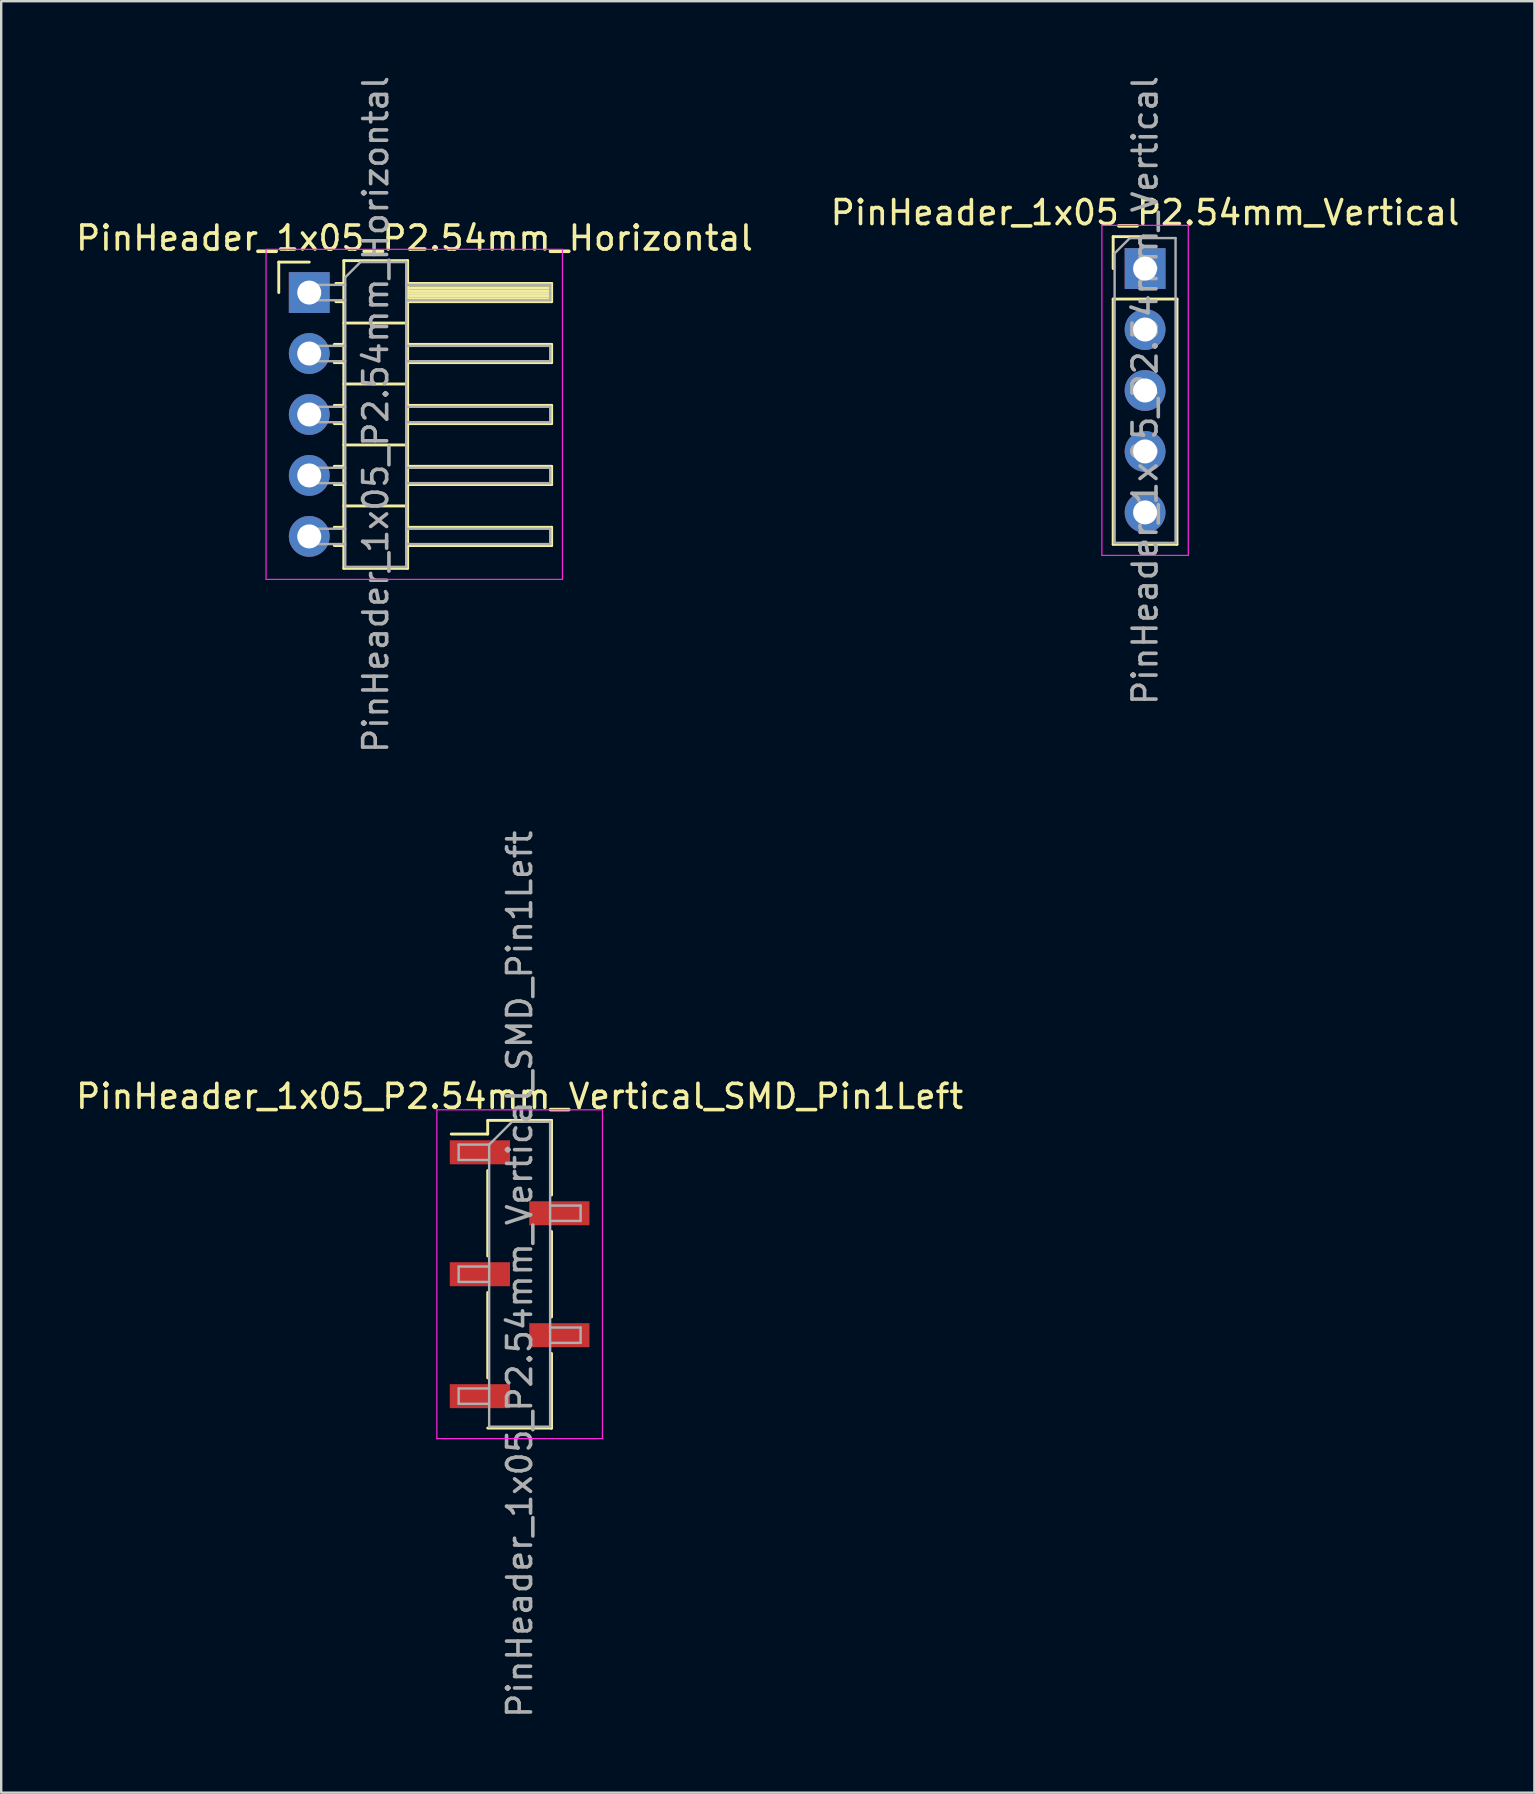
<source format=kicad_pcb>
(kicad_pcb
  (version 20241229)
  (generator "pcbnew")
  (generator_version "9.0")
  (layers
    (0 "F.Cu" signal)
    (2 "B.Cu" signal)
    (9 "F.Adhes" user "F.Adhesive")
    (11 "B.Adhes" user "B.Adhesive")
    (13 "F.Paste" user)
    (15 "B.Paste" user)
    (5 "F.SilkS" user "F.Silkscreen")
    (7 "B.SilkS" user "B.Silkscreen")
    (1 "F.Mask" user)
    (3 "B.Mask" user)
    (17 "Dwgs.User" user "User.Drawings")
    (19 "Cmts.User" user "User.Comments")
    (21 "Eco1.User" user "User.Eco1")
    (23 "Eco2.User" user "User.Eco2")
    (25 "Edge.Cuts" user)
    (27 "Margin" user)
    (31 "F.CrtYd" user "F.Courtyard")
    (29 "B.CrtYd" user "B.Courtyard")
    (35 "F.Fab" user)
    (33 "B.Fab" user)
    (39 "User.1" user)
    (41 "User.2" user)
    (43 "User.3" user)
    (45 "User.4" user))
  (footprint "PinHeader_1x05_P2.54mm_Vertical"
    (layer "F.Cu")
    (at 44.661 8.14)
    (property "Reference" "PinHeader_1x05_P2.54mm_Vertical" (at 0 -2.33 0) (layer "F.SilkS") (effects (font (size 1 1) (thickness 0.15))))
    (attr through_hole)
    (fp_line (start -1.33 -1.33) (end 0 -1.33) (stroke (width 0.12) (type solid)) (layer "F.SilkS"))
    (fp_line (start -1.33 0) (end -1.33 -1.33) (stroke (width 0.12) (type solid)) (layer "F.SilkS"))
    (fp_line (start -1.33 1.27) (end -1.33 11.49) (stroke (width 0.12) (type solid)) (layer "F.SilkS"))
    (fp_line (start -1.33 1.27) (end 1.33 1.27) (stroke (width 0.12) (type solid)) (layer "F.SilkS"))
    (fp_line (start -1.33 11.49) (end 1.33 11.49) (stroke (width 0.12) (type solid)) (layer "F.SilkS"))
    (fp_line (start 1.33 1.27) (end 1.33 11.49) (stroke (width 0.12) (type solid)) (layer "F.SilkS"))
    (fp_line (start -1.8 -1.8) (end -1.8 11.95) (stroke (width 0.05) (type solid)) (layer "F.CrtYd"))
    (fp_line (start -1.8 11.95) (end 1.8 11.95) (stroke (width 0.05) (type solid)) (layer "F.CrtYd"))
    (fp_line (start 1.8 -1.8) (end -1.8 -1.8) (stroke (width 0.05) (type solid)) (layer "F.CrtYd"))
    (fp_line (start 1.8 11.95) (end 1.8 -1.8) (stroke (width 0.05) (type solid)) (layer "F.CrtYd"))
    (fp_line (start -1.27 -0.635) (end -0.635 -1.27) (stroke (width 0.1) (type solid)) (layer "F.Fab"))
    (fp_line (start -1.27 11.43) (end -1.27 -0.635) (stroke (width 0.1) (type solid)) (layer "F.Fab"))
    (fp_line (start -0.635 -1.27) (end 1.27 -1.27) (stroke (width 0.1) (type solid)) (layer "F.Fab"))
    (fp_line (start 1.27 -1.27) (end 1.27 11.43) (stroke (width 0.1) (type solid)) (layer "F.Fab"))
    (fp_line (start 1.27 11.43) (end -1.27 11.43) (stroke (width 0.1) (type solid)) (layer "F.Fab"))
    (fp_text user "${REFERENCE}" (at 0 5.08 90) (layer "F.Fab") (effects (font (size 1 1) (thickness 0.15))))
    (pad "1" thru_hole rect (at 0 0) (size 1.7 1.7) (drill 1) (layers "*.Cu" "*.Mask"))
    (pad "2" thru_hole oval (at 0 2.54) (size 1.7 1.7) (drill 1) (layers "*.Cu" "*.Mask"))
    (pad "3" thru_hole oval (at 0 5.08) (size 1.7 1.7) (drill 1) (layers "*.Cu" "*.Mask"))
    (pad "4" thru_hole oval (at 0 7.62) (size 1.7 1.7) (drill 1) (layers "*.Cu" "*.Mask"))
    (pad "5" thru_hole oval (at 0 10.16) (size 1.7 1.7) (drill 1) (layers "*.Cu" "*.Mask")))
  (footprint "PinHeader_1x05_P2.54mm_Horizontal"
    (layer "F.Cu")
    (at 9.835 9.14)
    (property "Reference" "PinHeader_1x05_P2.54mm_Horizontal" (at 4.385 -2.27 0) (layer "F.SilkS") (effects (font (size 1 1) (thickness 0.15))))
    (attr through_hole)
    (fp_line (start -1.27 -1.27) (end 0 -1.27) (stroke (width 0.12) (type solid)) (layer "F.SilkS"))
    (fp_line (start -1.27 0) (end -1.27 -1.27) (stroke (width 0.12) (type solid)) (layer "F.SilkS"))
    (fp_line (start 1.043 2.16) (end 1.44 2.16) (stroke (width 0.12) (type solid)) (layer "F.SilkS"))
    (fp_line (start 1.043 2.92) (end 1.44 2.92) (stroke (width 0.12) (type solid)) (layer "F.SilkS"))
    (fp_line (start 1.043 4.7) (end 1.44 4.7) (stroke (width 0.12) (type solid)) (layer "F.SilkS"))
    (fp_line (start 1.043 5.46) (end 1.44 5.46) (stroke (width 0.12) (type solid)) (layer "F.SilkS"))
    (fp_line (start 1.043 7.24) (end 1.44 7.24) (stroke (width 0.12) (type solid)) (layer "F.SilkS"))
    (fp_line (start 1.043 8) (end 1.44 8) (stroke (width 0.12) (type solid)) (layer "F.SilkS"))
    (fp_line (start 1.043 9.78) (end 1.44 9.78) (stroke (width 0.12) (type solid)) (layer "F.SilkS"))
    (fp_line (start 1.043 10.54) (end 1.44 10.54) (stroke (width 0.12) (type solid)) (layer "F.SilkS"))
    (fp_line (start 1.11 -0.38) (end 1.44 -0.38) (stroke (width 0.12) (type solid)) (layer "F.SilkS"))
    (fp_line (start 1.11 0.38) (end 1.44 0.38) (stroke (width 0.12) (type solid)) (layer "F.SilkS"))
    (fp_line (start 1.44 -1.33) (end 1.44 11.49) (stroke (width 0.12) (type solid)) (layer "F.SilkS"))
    (fp_line (start 1.44 1.27) (end 4.1 1.27) (stroke (width 0.12) (type solid)) (layer "F.SilkS"))
    (fp_line (start 1.44 3.81) (end 4.1 3.81) (stroke (width 0.12) (type solid)) (layer "F.SilkS"))
    (fp_line (start 1.44 6.35) (end 4.1 6.35) (stroke (width 0.12) (type solid)) (layer "F.SilkS"))
    (fp_line (start 1.44 8.89) (end 4.1 8.89) (stroke (width 0.12) (type solid)) (layer "F.SilkS"))
    (fp_line (start 1.44 11.49) (end 4.1 11.49) (stroke (width 0.12) (type solid)) (layer "F.SilkS"))
    (fp_line (start 4.1 -1.33) (end 1.44 -1.33) (stroke (width 0.12) (type solid)) (layer "F.SilkS"))
    (fp_line (start 4.1 -0.38) (end 10.1 -0.38) (stroke (width 0.12) (type solid)) (layer "F.SilkS"))
    (fp_line (start 4.1 -0.32) (end 10.1 -0.32) (stroke (width 0.12) (type solid)) (layer "F.SilkS"))
    (fp_line (start 4.1 -0.2) (end 10.1 -0.2) (stroke (width 0.12) (type solid)) (layer "F.SilkS"))
    (fp_line (start 4.1 -0.08) (end 10.1 -0.08) (stroke (width 0.12) (type solid)) (layer "F.SilkS"))
    (fp_line (start 4.1 0.04) (end 10.1 0.04) (stroke (width 0.12) (type solid)) (layer "F.SilkS"))
    (fp_line (start 4.1 0.16) (end 10.1 0.16) (stroke (width 0.12) (type solid)) (layer "F.SilkS"))
    (fp_line (start 4.1 0.28) (end 10.1 0.28) (stroke (width 0.12) (type solid)) (layer "F.SilkS"))
    (fp_line (start 4.1 2.16) (end 10.1 2.16) (stroke (width 0.12) (type solid)) (layer "F.SilkS"))
    (fp_line (start 4.1 4.7) (end 10.1 4.7) (stroke (width 0.12) (type solid)) (layer "F.SilkS"))
    (fp_line (start 4.1 7.24) (end 10.1 7.24) (stroke (width 0.12) (type solid)) (layer "F.SilkS"))
    (fp_line (start 4.1 9.78) (end 10.1 9.78) (stroke (width 0.12) (type solid)) (layer "F.SilkS"))
    (fp_line (start 4.1 11.49) (end 4.1 -1.33) (stroke (width 0.12) (type solid)) (layer "F.SilkS"))
    (fp_line (start 10.1 -0.38) (end 10.1 0.38) (stroke (width 0.12) (type solid)) (layer "F.SilkS"))
    (fp_line (start 10.1 0.38) (end 4.1 0.38) (stroke (width 0.12) (type solid)) (layer "F.SilkS"))
    (fp_line (start 10.1 2.16) (end 10.1 2.92) (stroke (width 0.12) (type solid)) (layer "F.SilkS"))
    (fp_line (start 10.1 2.92) (end 4.1 2.92) (stroke (width 0.12) (type solid)) (layer "F.SilkS"))
    (fp_line (start 10.1 4.7) (end 10.1 5.46) (stroke (width 0.12) (type solid)) (layer "F.SilkS"))
    (fp_line (start 10.1 5.46) (end 4.1 5.46) (stroke (width 0.12) (type solid)) (layer "F.SilkS"))
    (fp_line (start 10.1 7.24) (end 10.1 8) (stroke (width 0.12) (type solid)) (layer "F.SilkS"))
    (fp_line (start 10.1 8) (end 4.1 8) (stroke (width 0.12) (type solid)) (layer "F.SilkS"))
    (fp_line (start 10.1 9.78) (end 10.1 10.54) (stroke (width 0.12) (type solid)) (layer "F.SilkS"))
    (fp_line (start 10.1 10.54) (end 4.1 10.54) (stroke (width 0.12) (type solid)) (layer "F.SilkS"))
    (fp_line (start -1.8 -1.8) (end -1.8 11.95) (stroke (width 0.05) (type solid)) (layer "F.CrtYd"))
    (fp_line (start -1.8 11.95) (end 10.55 11.95) (stroke (width 0.05) (type solid)) (layer "F.CrtYd"))
    (fp_line (start 10.55 -1.8) (end -1.8 -1.8) (stroke (width 0.05) (type solid)) (layer "F.CrtYd"))
    (fp_line (start 10.55 11.95) (end 10.55 -1.8) (stroke (width 0.05) (type solid)) (layer "F.CrtYd"))
    (fp_line (start -0.32 -0.32) (end -0.32 0.32) (stroke (width 0.1) (type solid)) (layer "F.Fab"))
    (fp_line (start -0.32 -0.32) (end 1.5 -0.32) (stroke (width 0.1) (type solid)) (layer "F.Fab"))
    (fp_line (start -0.32 0.32) (end 1.5 0.32) (stroke (width 0.1) (type solid)) (layer "F.Fab"))
    (fp_line (start -0.32 2.22) (end -0.32 2.86) (stroke (width 0.1) (type solid)) (layer "F.Fab"))
    (fp_line (start -0.32 2.22) (end 1.5 2.22) (stroke (width 0.1) (type solid)) (layer "F.Fab"))
    (fp_line (start -0.32 2.86) (end 1.5 2.86) (stroke (width 0.1) (type solid)) (layer "F.Fab"))
    (fp_line (start -0.32 4.76) (end -0.32 5.4) (stroke (width 0.1) (type solid)) (layer "F.Fab"))
    (fp_line (start -0.32 4.76) (end 1.5 4.76) (stroke (width 0.1) (type solid)) (layer "F.Fab"))
    (fp_line (start -0.32 5.4) (end 1.5 5.4) (stroke (width 0.1) (type solid)) (layer "F.Fab"))
    (fp_line (start -0.32 7.3) (end -0.32 7.94) (stroke (width 0.1) (type solid)) (layer "F.Fab"))
    (fp_line (start -0.32 7.3) (end 1.5 7.3) (stroke (width 0.1) (type solid)) (layer "F.Fab"))
    (fp_line (start -0.32 7.94) (end 1.5 7.94) (stroke (width 0.1) (type solid)) (layer "F.Fab"))
    (fp_line (start -0.32 9.84) (end -0.32 10.48) (stroke (width 0.1) (type solid)) (layer "F.Fab"))
    (fp_line (start -0.32 9.84) (end 1.5 9.84) (stroke (width 0.1) (type solid)) (layer "F.Fab"))
    (fp_line (start -0.32 10.48) (end 1.5 10.48) (stroke (width 0.1) (type solid)) (layer "F.Fab"))
    (fp_line (start 1.5 -0.635) (end 2.135 -1.27) (stroke (width 0.1) (type solid)) (layer "F.Fab"))
    (fp_line (start 1.5 11.43) (end 1.5 -0.635) (stroke (width 0.1) (type solid)) (layer "F.Fab"))
    (fp_line (start 2.135 -1.27) (end 4.04 -1.27) (stroke (width 0.1) (type solid)) (layer "F.Fab"))
    (fp_line (start 4.04 -1.27) (end 4.04 11.43) (stroke (width 0.1) (type solid)) (layer "F.Fab"))
    (fp_line (start 4.04 -0.32) (end 10.04 -0.32) (stroke (width 0.1) (type solid)) (layer "F.Fab"))
    (fp_line (start 4.04 0.32) (end 10.04 0.32) (stroke (width 0.1) (type solid)) (layer "F.Fab"))
    (fp_line (start 4.04 2.22) (end 10.04 2.22) (stroke (width 0.1) (type solid)) (layer "F.Fab"))
    (fp_line (start 4.04 2.86) (end 10.04 2.86) (stroke (width 0.1) (type solid)) (layer "F.Fab"))
    (fp_line (start 4.04 4.76) (end 10.04 4.76) (stroke (width 0.1) (type solid)) (layer "F.Fab"))
    (fp_line (start 4.04 5.4) (end 10.04 5.4) (stroke (width 0.1) (type solid)) (layer "F.Fab"))
    (fp_line (start 4.04 7.3) (end 10.04 7.3) (stroke (width 0.1) (type solid)) (layer "F.Fab"))
    (fp_line (start 4.04 7.94) (end 10.04 7.94) (stroke (width 0.1) (type solid)) (layer "F.Fab"))
    (fp_line (start 4.04 9.84) (end 10.04 9.84) (stroke (width 0.1) (type solid)) (layer "F.Fab"))
    (fp_line (start 4.04 10.48) (end 10.04 10.48) (stroke (width 0.1) (type solid)) (layer "F.Fab"))
    (fp_line (start 4.04 11.43) (end 1.5 11.43) (stroke (width 0.1) (type solid)) (layer "F.Fab"))
    (fp_line (start 10.04 -0.32) (end 10.04 0.32) (stroke (width 0.1) (type solid)) (layer "F.Fab"))
    (fp_line (start 10.04 2.22) (end 10.04 2.86) (stroke (width 0.1) (type solid)) (layer "F.Fab"))
    (fp_line (start 10.04 4.76) (end 10.04 5.4) (stroke (width 0.1) (type solid)) (layer "F.Fab"))
    (fp_line (start 10.04 7.3) (end 10.04 7.94) (stroke (width 0.1) (type solid)) (layer "F.Fab"))
    (fp_line (start 10.04 9.84) (end 10.04 10.48) (stroke (width 0.1) (type solid)) (layer "F.Fab"))
    (fp_text user "${REFERENCE}" (at 2.77 5.08 90) (layer "F.Fab") (effects (font (size 1 1) (thickness 0.15))))
    (pad "1" thru_hole rect (at 0 0) (size 1.7 1.7) (drill 1) (layers "*.Cu" "*.Mask"))
    (pad "2" thru_hole oval (at 0 2.54) (size 1.7 1.7) (drill 1) (layers "*.Cu" "*.Mask"))
    (pad "3" thru_hole oval (at 0 5.08) (size 1.7 1.7) (drill 1) (layers "*.Cu" "*.Mask"))
    (pad "4" thru_hole oval (at 0 7.62) (size 1.7 1.7) (drill 1) (layers "*.Cu" "*.Mask"))
    (pad "5" thru_hole oval (at 0 10.16) (size 1.7 1.7) (drill 1) (layers "*.Cu" "*.Mask")))
  (footprint "PinHeader_1x05_P2.54mm_Vertical_SMD_Pin1Left"
    (layer "F.Cu")
    (at 18.601 50.042)
    (property "Reference" "PinHeader_1x05_P2.54mm_Vertical_SMD_Pin1Left" (at 0 -7.41 0) (layer "F.SilkS") (effects (font (size 1 1) (thickness 0.15))))
    (attr smd)
    (fp_line (start -1.33 -6.41) (end -1.33 -5.84) (stroke (width 0.12) (type solid)) (layer "F.SilkS"))
    (fp_line (start -1.33 -6.41) (end 1.33 -6.41) (stroke (width 0.12) (type solid)) (layer "F.SilkS"))
    (fp_line (start -1.33 -5.84) (end -2.85 -5.84) (stroke (width 0.12) (type solid)) (layer "F.SilkS"))
    (fp_line (start -1.33 -4.32) (end -1.33 -0.76) (stroke (width 0.12) (type solid)) (layer "F.SilkS"))
    (fp_line (start -1.33 0.76) (end -1.33 4.32) (stroke (width 0.12) (type solid)) (layer "F.SilkS"))
    (fp_line (start -1.33 6.41) (end 1.33 6.41) (stroke (width 0.12) (type solid)) (layer "F.SilkS"))
    (fp_line (start 1.33 -6.41) (end 1.33 -3.3) (stroke (width 0.12) (type solid)) (layer "F.SilkS"))
    (fp_line (start 1.33 -1.78) (end 1.33 1.78) (stroke (width 0.12) (type solid)) (layer "F.SilkS"))
    (fp_line (start 1.33 3.3) (end 1.33 6.41) (stroke (width 0.12) (type solid)) (layer "F.SilkS"))
    (fp_line (start 1.33 5.84) (end 1.33 6.41) (stroke (width 0.12) (type solid)) (layer "F.SilkS"))
    (fp_line (start -3.45 -6.85) (end -3.45 6.85) (stroke (width 0.05) (type solid)) (layer "F.CrtYd"))
    (fp_line (start -3.45 6.85) (end 3.45 6.85) (stroke (width 0.05) (type solid)) (layer "F.CrtYd"))
    (fp_line (start 3.45 -6.85) (end -3.45 -6.85) (stroke (width 0.05) (type solid)) (layer "F.CrtYd"))
    (fp_line (start 3.45 6.85) (end 3.45 -6.85) (stroke (width 0.05) (type solid)) (layer "F.CrtYd"))
    (fp_line (start -2.54 -5.4) (end -2.54 -4.76) (stroke (width 0.1) (type solid)) (layer "F.Fab"))
    (fp_line (start -2.54 -4.76) (end -1.27 -4.76) (stroke (width 0.1) (type solid)) (layer "F.Fab"))
    (fp_line (start -2.54 -0.32) (end -2.54 0.32) (stroke (width 0.1) (type solid)) (layer "F.Fab"))
    (fp_line (start -2.54 0.32) (end -1.27 0.32) (stroke (width 0.1) (type solid)) (layer "F.Fab"))
    (fp_line (start -2.54 4.76) (end -2.54 5.4) (stroke (width 0.1) (type solid)) (layer "F.Fab"))
    (fp_line (start -2.54 5.4) (end -1.27 5.4) (stroke (width 0.1) (type solid)) (layer "F.Fab"))
    (fp_line (start -1.27 -5.4) (end -2.54 -5.4) (stroke (width 0.1) (type solid)) (layer "F.Fab"))
    (fp_line (start -1.27 -5.4) (end -0.32 -6.35) (stroke (width 0.1) (type solid)) (layer "F.Fab"))
    (fp_line (start -1.27 -0.32) (end -2.54 -0.32) (stroke (width 0.1) (type solid)) (layer "F.Fab"))
    (fp_line (start -1.27 4.76) (end -2.54 4.76) (stroke (width 0.1) (type solid)) (layer "F.Fab"))
    (fp_line (start -1.27 6.35) (end -1.27 -5.4) (stroke (width 0.1) (type solid)) (layer "F.Fab"))
    (fp_line (start -0.32 -6.35) (end 1.27 -6.35) (stroke (width 0.1) (type solid)) (layer "F.Fab"))
    (fp_line (start 1.27 -6.35) (end 1.27 6.35) (stroke (width 0.1) (type solid)) (layer "F.Fab"))
    (fp_line (start 1.27 -2.86) (end 2.54 -2.86) (stroke (width 0.1) (type solid)) (layer "F.Fab"))
    (fp_line (start 1.27 2.22) (end 2.54 2.22) (stroke (width 0.1) (type solid)) (layer "F.Fab"))
    (fp_line (start 1.27 6.35) (end -1.27 6.35) (stroke (width 0.1) (type solid)) (layer "F.Fab"))
    (fp_line (start 2.54 -2.86) (end 2.54 -2.22) (stroke (width 0.1) (type solid)) (layer "F.Fab"))
    (fp_line (start 2.54 -2.22) (end 1.27 -2.22) (stroke (width 0.1) (type solid)) (layer "F.Fab"))
    (fp_line (start 2.54 2.22) (end 2.54 2.86) (stroke (width 0.1) (type solid)) (layer "F.Fab"))
    (fp_line (start 2.54 2.86) (end 1.27 2.86) (stroke (width 0.1) (type solid)) (layer "F.Fab"))
    (fp_text user "${REFERENCE}" (at 0 0 90) (layer "F.Fab") (effects (font (size 1 1) (thickness 0.15))))
    (pad "1" smd rect (at -1.655 -5.08) (size 2.51 1) (layers "F.Cu" "F.Mask" "F.Paste"))
    (pad "2" smd rect (at 1.655 -2.54) (size 2.51 1) (layers "F.Cu" "F.Mask" "F.Paste"))
    (pad "3" smd rect (at -1.655 0) (size 2.51 1) (layers "F.Cu" "F.Mask" "F.Paste"))
    (pad "4" smd rect (at 1.655 2.54) (size 2.51 1) (layers "F.Cu" "F.Mask" "F.Paste"))
    (pad "5" smd rect (at -1.655 5.08) (size 2.51 1) (layers "F.Cu" "F.Mask" "F.Paste")))
  (gr_rect
    (start -3 -3)
    (end 60.881 71.643)
    (stroke (width 0.1) (type default))
    (fill no)
    (layer "Edge.Cuts")))
</source>
